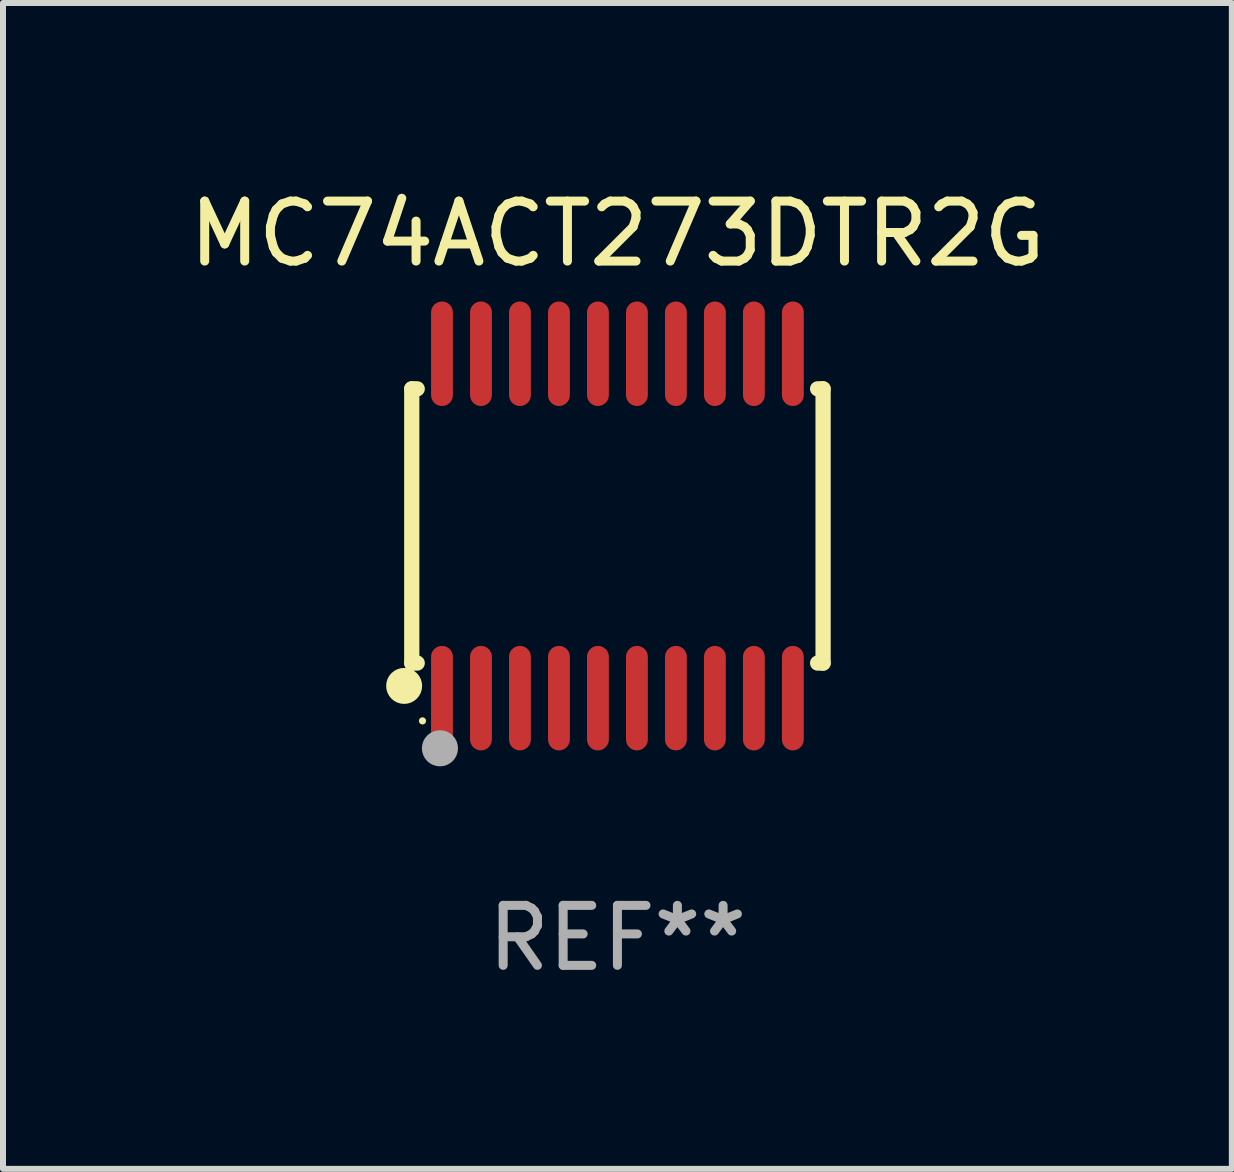
<source format=kicad_pcb>
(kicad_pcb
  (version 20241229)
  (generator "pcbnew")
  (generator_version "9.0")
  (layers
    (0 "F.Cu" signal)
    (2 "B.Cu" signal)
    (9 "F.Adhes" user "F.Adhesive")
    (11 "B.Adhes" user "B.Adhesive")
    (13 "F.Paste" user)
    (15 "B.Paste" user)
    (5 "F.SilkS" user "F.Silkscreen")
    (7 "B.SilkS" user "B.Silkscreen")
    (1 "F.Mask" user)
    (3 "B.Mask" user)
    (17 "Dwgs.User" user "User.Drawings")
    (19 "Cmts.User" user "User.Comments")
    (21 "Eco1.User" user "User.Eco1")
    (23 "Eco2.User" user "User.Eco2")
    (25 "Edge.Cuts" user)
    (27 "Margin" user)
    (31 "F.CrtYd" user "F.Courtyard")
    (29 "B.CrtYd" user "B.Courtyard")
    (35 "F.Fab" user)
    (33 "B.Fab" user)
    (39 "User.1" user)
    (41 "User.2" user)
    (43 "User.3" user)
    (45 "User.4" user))
  (footprint "MC74ACT273DTR2G"
    (layer "F.Cu")
    (at 7.244 5.719)
    (property "Reference" "MC74ACT273DTR2G" (at 0 -4.871 0) (layer "F.SilkS") (effects (font (size 1 1) (thickness 0.15))))
    (attr through_hole)
    (fp_line (start -3.429 -2.286) (end -3.429 2.286) (stroke (width 0.254) (type solid)) (layer "F.SilkS"))
    (fp_line (start -3.429 2.286) (end -3.338 2.286) (stroke (width 0.254) (type solid)) (layer "F.SilkS"))
    (fp_line (start -3.338 -2.286) (end -3.429 -2.286) (stroke (width 0.254) (type solid)) (layer "F.SilkS"))
    (fp_line (start 3.338 -2.286) (end 3.429 -2.286) (stroke (width 0.254) (type solid)) (layer "F.SilkS"))
    (fp_line (start 3.429 -2.286) (end 3.429 2.286) (stroke (width 0.254) (type solid)) (layer "F.SilkS"))
    (fp_line (start 3.429 2.286) (end 3.338 2.286) (stroke (width 0.254) (type solid)) (layer "F.SilkS"))
    (fp_circle (center -3.556 2.667) (end -3.406 2.667) (stroke (width 0.3) (type solid)) (fill no) (layer "F.SilkS"))
    (fp_circle (center -3.25 3.25) (end -3.22 3.25) (stroke (width 0.06) (type solid)) (fill no) (layer "F.SilkS"))
    (fp_circle (center -2.959 3.707) (end -2.808 3.707) (stroke (width 0.3) (type solid)) (fill no) (layer "F.Fab"))
    (fp_text user "REF**" (at 0 6.871 0) (layer "F.Fab") (effects (font (size 1 1) (thickness 0.15))))
    (pad "1" smd oval (at -2.925 2.871) (size 0.364 1.742) (layers "F.Cu" "F.Mask" "F.Paste"))
    (pad "2" smd oval (at -2.275 2.871) (size 0.364 1.742) (layers "F.Cu" "F.Mask" "F.Paste"))
    (pad "3" smd oval (at -1.625 2.871) (size 0.364 1.742) (layers "F.Cu" "F.Mask" "F.Paste"))
    (pad "4" smd oval (at -0.975 2.871) (size 0.364 1.742) (layers "F.Cu" "F.Mask" "F.Paste"))
    (pad "5" smd oval (at -0.325 2.871) (size 0.364 1.742) (layers "F.Cu" "F.Mask" "F.Paste"))
    (pad "6" smd oval (at 0.325 2.871) (size 0.364 1.742) (layers "F.Cu" "F.Mask" "F.Paste"))
    (pad "7" smd oval (at 0.975 2.871) (size 0.364 1.742) (layers "F.Cu" "F.Mask" "F.Paste"))
    (pad "8" smd oval (at 1.625 2.871) (size 0.364 1.742) (layers "F.Cu" "F.Mask" "F.Paste"))
    (pad "9" smd oval (at 2.275 2.871) (size 0.364 1.742) (layers "F.Cu" "F.Mask" "F.Paste"))
    (pad "10" smd oval (at 2.925 2.871) (size 0.364 1.742) (layers "F.Cu" "F.Mask" "F.Paste"))
    (pad "11" smd oval (at 2.925 -2.871) (size 0.364 1.742) (layers "F.Cu" "F.Mask" "F.Paste"))
    (pad "12" smd oval (at 2.275 -2.871) (size 0.364 1.742) (layers "F.Cu" "F.Mask" "F.Paste"))
    (pad "13" smd oval (at 1.625 -2.871) (size 0.364 1.742) (layers "F.Cu" "F.Mask" "F.Paste"))
    (pad "14" smd oval (at 0.975 -2.871) (size 0.364 1.742) (layers "F.Cu" "F.Mask" "F.Paste"))
    (pad "15" smd oval (at 0.325 -2.871) (size 0.364 1.742) (layers "F.Cu" "F.Mask" "F.Paste"))
    (pad "16" smd oval (at -0.325 -2.871) (size 0.364 1.742) (layers "F.Cu" "F.Mask" "F.Paste"))
    (pad "17" smd oval (at -0.975 -2.871) (size 0.364 1.742) (layers "F.Cu" "F.Mask" "F.Paste"))
    (pad "18" smd oval (at -1.625 -2.871) (size 0.364 1.742) (layers "F.Cu" "F.Mask" "F.Paste"))
    (pad "19" smd oval (at -2.275 -2.871) (size 0.364 1.742) (layers "F.Cu" "F.Mask" "F.Paste"))
    (pad "20" smd oval (at -2.925 -2.871) (size 0.364 1.742) (layers "F.Cu" "F.Mask" "F.Paste")))
  (gr_rect
    (start -3 -3)
    (end 17.488 16.438)
    (stroke (width 0.1) (type default))
    (fill no)
    (layer "Edge.Cuts")))
</source>
